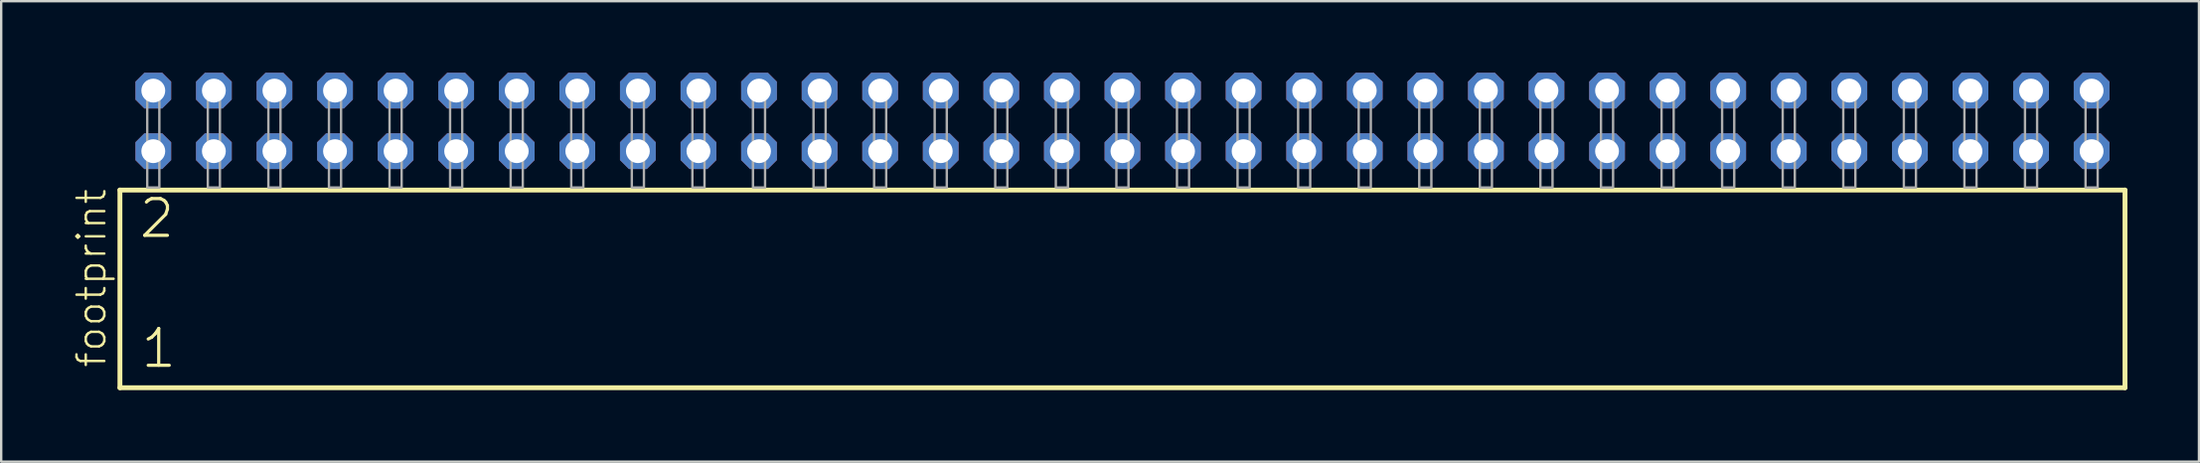
<source format=kicad_pcb>
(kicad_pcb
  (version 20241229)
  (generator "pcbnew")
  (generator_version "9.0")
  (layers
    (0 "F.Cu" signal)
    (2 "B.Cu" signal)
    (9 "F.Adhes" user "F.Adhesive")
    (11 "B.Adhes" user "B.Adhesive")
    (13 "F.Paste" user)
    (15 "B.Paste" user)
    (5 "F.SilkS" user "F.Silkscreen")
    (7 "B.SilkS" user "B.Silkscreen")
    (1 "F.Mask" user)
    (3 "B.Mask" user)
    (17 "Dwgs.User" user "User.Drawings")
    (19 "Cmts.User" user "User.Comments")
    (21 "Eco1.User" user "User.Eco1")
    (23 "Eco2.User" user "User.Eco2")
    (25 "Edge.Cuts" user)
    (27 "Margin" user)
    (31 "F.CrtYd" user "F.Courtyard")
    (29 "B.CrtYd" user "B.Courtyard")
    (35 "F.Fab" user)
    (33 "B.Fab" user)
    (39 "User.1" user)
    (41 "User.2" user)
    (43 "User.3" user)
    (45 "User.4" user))
  (footprint "footprint"
    (layer "F.Cu")
    (at 44.018 4.814)
    (property "Reference" "footprint" (at -42.545 7.62 90) (layer "F.SilkS") (effects (font (size 1.168 1.168) (thickness 0.102)) (justify left bottom)))
    (fp_line (start -42.039 0.106) (end -42.039 8.396) (stroke (width 0.203) (type solid)) (layer "F.SilkS"))
    (fp_line (start -42.039 8.396) (end 42.039 8.396) (stroke (width 0.203) (type solid)) (layer "F.SilkS"))
    (fp_line (start 42.039 0.106) (end -42.039 0.106) (stroke (width 0.203) (type solid)) (layer "F.SilkS"))
    (fp_line (start 42.039 8.396) (end 42.039 0.106) (stroke (width 0.203) (type solid)) (layer "F.SilkS"))
    (fp_poly (pts (xy -40.894 0) (xy -40.386 0) (xy -40.386 -4.318) (xy -40.894 -4.318)) (stroke (width 0.1) (type solid)) (fill no) (layer "F.Fab"))
    (fp_poly (pts (xy -38.354 0) (xy -37.846 0) (xy -37.846 -4.318) (xy -38.354 -4.318)) (stroke (width 0.1) (type solid)) (fill no) (layer "F.Fab"))
    (fp_poly (pts (xy -35.814 0) (xy -35.306 0) (xy -35.306 -4.318) (xy -35.814 -4.318)) (stroke (width 0.1) (type solid)) (fill no) (layer "F.Fab"))
    (fp_poly (pts (xy -33.274 0) (xy -32.766 0) (xy -32.766 -4.318) (xy -33.274 -4.318)) (stroke (width 0.1) (type solid)) (fill no) (layer "F.Fab"))
    (fp_poly (pts (xy -30.734 0) (xy -30.226 0) (xy -30.226 -4.318) (xy -30.734 -4.318)) (stroke (width 0.1) (type solid)) (fill no) (layer "F.Fab"))
    (fp_poly (pts (xy -28.194 0) (xy -27.686 0) (xy -27.686 -4.318) (xy -28.194 -4.318)) (stroke (width 0.1) (type solid)) (fill no) (layer "F.Fab"))
    (fp_poly (pts (xy -25.654 0) (xy -25.146 0) (xy -25.146 -4.318) (xy -25.654 -4.318)) (stroke (width 0.1) (type solid)) (fill no) (layer "F.Fab"))
    (fp_poly (pts (xy -23.114 0) (xy -22.606 0) (xy -22.606 -4.318) (xy -23.114 -4.318)) (stroke (width 0.1) (type solid)) (fill no) (layer "F.Fab"))
    (fp_poly (pts (xy -20.574 0) (xy -20.066 0) (xy -20.066 -4.318) (xy -20.574 -4.318)) (stroke (width 0.1) (type solid)) (fill no) (layer "F.Fab"))
    (fp_poly (pts (xy -18.034 0) (xy -17.526 0) (xy -17.526 -4.318) (xy -18.034 -4.318)) (stroke (width 0.1) (type solid)) (fill no) (layer "F.Fab"))
    (fp_poly (pts (xy -15.494 0) (xy -14.986 0) (xy -14.986 -4.318) (xy -15.494 -4.318)) (stroke (width 0.1) (type solid)) (fill no) (layer "F.Fab"))
    (fp_poly (pts (xy -12.954 0) (xy -12.446 0) (xy -12.446 -4.318) (xy -12.954 -4.318)) (stroke (width 0.1) (type solid)) (fill no) (layer "F.Fab"))
    (fp_poly (pts (xy -10.414 0) (xy -9.906 0) (xy -9.906 -4.318) (xy -10.414 -4.318)) (stroke (width 0.1) (type solid)) (fill no) (layer "F.Fab"))
    (fp_poly (pts (xy -7.874 0) (xy -7.366 0) (xy -7.366 -4.318) (xy -7.874 -4.318)) (stroke (width 0.1) (type solid)) (fill no) (layer "F.Fab"))
    (fp_poly (pts (xy -5.334 0) (xy -4.826 0) (xy -4.826 -4.318) (xy -5.334 -4.318)) (stroke (width 0.1) (type solid)) (fill no) (layer "F.Fab"))
    (fp_poly (pts (xy -2.794 0) (xy -2.286 0) (xy -2.286 -4.318) (xy -2.794 -4.318)) (stroke (width 0.1) (type solid)) (fill no) (layer "F.Fab"))
    (fp_poly (pts (xy -0.254 0) (xy 0.254 0) (xy 0.254 -4.318) (xy -0.254 -4.318)) (stroke (width 0.1) (type solid)) (fill no) (layer "F.Fab"))
    (fp_poly (pts (xy 2.286 0) (xy 2.794 0) (xy 2.794 -4.318) (xy 2.286 -4.318)) (stroke (width 0.1) (type solid)) (fill no) (layer "F.Fab"))
    (fp_poly (pts (xy 4.826 0) (xy 5.334 0) (xy 5.334 -4.318) (xy 4.826 -4.318)) (stroke (width 0.1) (type solid)) (fill no) (layer "F.Fab"))
    (fp_poly (pts (xy 7.366 0) (xy 7.874 0) (xy 7.874 -4.318) (xy 7.366 -4.318)) (stroke (width 0.1) (type solid)) (fill no) (layer "F.Fab"))
    (fp_poly (pts (xy 9.906 0) (xy 10.414 0) (xy 10.414 -4.318) (xy 9.906 -4.318)) (stroke (width 0.1) (type solid)) (fill no) (layer "F.Fab"))
    (fp_poly (pts (xy 12.446 0) (xy 12.954 0) (xy 12.954 -4.318) (xy 12.446 -4.318)) (stroke (width 0.1) (type solid)) (fill no) (layer "F.Fab"))
    (fp_poly (pts (xy 14.986 0) (xy 15.494 0) (xy 15.494 -4.318) (xy 14.986 -4.318)) (stroke (width 0.1) (type solid)) (fill no) (layer "F.Fab"))
    (fp_poly (pts (xy 17.526 0) (xy 18.034 0) (xy 18.034 -4.318) (xy 17.526 -4.318)) (stroke (width 0.1) (type solid)) (fill no) (layer "F.Fab"))
    (fp_poly (pts (xy 20.066 0) (xy 20.574 0) (xy 20.574 -4.318) (xy 20.066 -4.318)) (stroke (width 0.1) (type solid)) (fill no) (layer "F.Fab"))
    (fp_poly (pts (xy 22.606 0) (xy 23.114 0) (xy 23.114 -4.318) (xy 22.606 -4.318)) (stroke (width 0.1) (type solid)) (fill no) (layer "F.Fab"))
    (fp_poly (pts (xy 25.146 0) (xy 25.654 0) (xy 25.654 -4.318) (xy 25.146 -4.318)) (stroke (width 0.1) (type solid)) (fill no) (layer "F.Fab"))
    (fp_poly (pts (xy 27.686 0) (xy 28.194 0) (xy 28.194 -4.318) (xy 27.686 -4.318)) (stroke (width 0.1) (type solid)) (fill no) (layer "F.Fab"))
    (fp_poly (pts (xy 30.226 0) (xy 30.734 0) (xy 30.734 -4.318) (xy 30.226 -4.318)) (stroke (width 0.1) (type solid)) (fill no) (layer "F.Fab"))
    (fp_poly (pts (xy 32.766 0) (xy 33.274 0) (xy 33.274 -4.318) (xy 32.766 -4.318)) (stroke (width 0.1) (type solid)) (fill no) (layer "F.Fab"))
    (fp_poly (pts (xy 35.306 0) (xy 35.814 0) (xy 35.814 -4.318) (xy 35.306 -4.318)) (stroke (width 0.1) (type solid)) (fill no) (layer "F.Fab"))
    (fp_poly (pts (xy 37.846 0) (xy 38.354 0) (xy 38.354 -4.318) (xy 37.846 -4.318)) (stroke (width 0.1) (type solid)) (fill no) (layer "F.Fab"))
    (fp_poly (pts (xy 40.386 0) (xy 40.894 0) (xy 40.894 -4.318) (xy 40.386 -4.318)) (stroke (width 0.1) (type solid)) (fill no) (layer "F.Fab"))
    (fp_text user "1" (at -41.235 7.65 0) (layer "F.SilkS") (effects (font (size 1.542 1.542) (thickness 0.134)) (justify left bottom)))
    (fp_text user "2" (at -41.31 2.2 0) (layer "F.SilkS") (effects (font (size 1.542 1.542) (thickness 0.134)) (justify left bottom)))
    (pad "1" thru_hole roundrect (at -40.64 -1.524) (size 1.5 1.5) (drill 1) (layers "*.Cu" "*.Mask") (roundrect_rratio 0.25) (chamfer_ratio 0.25) (chamfer top_left top_right bottom_left bottom_right))
    (pad "2" thru_hole roundrect (at -40.64 -4.064) (size 1.5 1.5) (drill 1) (layers "*.Cu" "*.Mask") (roundrect_rratio 0.25) (chamfer_ratio 0.25) (chamfer top_left top_right bottom_left bottom_right))
    (pad "3" thru_hole roundrect (at -38.1 -1.524) (size 1.5 1.5) (drill 1) (layers "*.Cu" "*.Mask") (roundrect_rratio 0.25) (chamfer_ratio 0.25) (chamfer top_left top_right bottom_left bottom_right))
    (pad "4" thru_hole roundrect (at -38.1 -4.064) (size 1.5 1.5) (drill 1) (layers "*.Cu" "*.Mask") (roundrect_rratio 0.25) (chamfer_ratio 0.25) (chamfer top_left top_right bottom_left bottom_right))
    (pad "5" thru_hole roundrect (at -35.56 -1.524) (size 1.5 1.5) (drill 1) (layers "*.Cu" "*.Mask") (roundrect_rratio 0.25) (chamfer_ratio 0.25) (chamfer top_left top_right bottom_left bottom_right))
    (pad "6" thru_hole roundrect (at -35.56 -4.064) (size 1.5 1.5) (drill 1) (layers "*.Cu" "*.Mask") (roundrect_rratio 0.25) (chamfer_ratio 0.25) (chamfer top_left top_right bottom_left bottom_right))
    (pad "7" thru_hole roundrect (at -33.02 -1.524) (size 1.5 1.5) (drill 1) (layers "*.Cu" "*.Mask") (roundrect_rratio 0.25) (chamfer_ratio 0.25) (chamfer top_left top_right bottom_left bottom_right))
    (pad "8" thru_hole roundrect (at -33.02 -4.064) (size 1.5 1.5) (drill 1) (layers "*.Cu" "*.Mask") (roundrect_rratio 0.25) (chamfer_ratio 0.25) (chamfer top_left top_right bottom_left bottom_right))
    (pad "9" thru_hole roundrect (at -30.48 -1.524) (size 1.5 1.5) (drill 1) (layers "*.Cu" "*.Mask") (roundrect_rratio 0.25) (chamfer_ratio 0.25) (chamfer top_left top_right bottom_left bottom_right))
    (pad "10" thru_hole roundrect (at -30.48 -4.064) (size 1.5 1.5) (drill 1) (layers "*.Cu" "*.Mask") (roundrect_rratio 0.25) (chamfer_ratio 0.25) (chamfer top_left top_right bottom_left bottom_right))
    (pad "11" thru_hole roundrect (at -27.94 -1.524) (size 1.5 1.5) (drill 1) (layers "*.Cu" "*.Mask") (roundrect_rratio 0.25) (chamfer_ratio 0.25) (chamfer top_left top_right bottom_left bottom_right))
    (pad "12" thru_hole roundrect (at -27.94 -4.064) (size 1.5 1.5) (drill 1) (layers "*.Cu" "*.Mask") (roundrect_rratio 0.25) (chamfer_ratio 0.25) (chamfer top_left top_right bottom_left bottom_right))
    (pad "13" thru_hole roundrect (at -25.4 -1.524) (size 1.5 1.5) (drill 1) (layers "*.Cu" "*.Mask") (roundrect_rratio 0.25) (chamfer_ratio 0.25) (chamfer top_left top_right bottom_left bottom_right))
    (pad "14" thru_hole roundrect (at -25.4 -4.064) (size 1.5 1.5) (drill 1) (layers "*.Cu" "*.Mask") (roundrect_rratio 0.25) (chamfer_ratio 0.25) (chamfer top_left top_right bottom_left bottom_right))
    (pad "15" thru_hole roundrect (at -22.86 -1.524) (size 1.5 1.5) (drill 1) (layers "*.Cu" "*.Mask") (roundrect_rratio 0.25) (chamfer_ratio 0.25) (chamfer top_left top_right bottom_left bottom_right))
    (pad "16" thru_hole roundrect (at -22.86 -4.064) (size 1.5 1.5) (drill 1) (layers "*.Cu" "*.Mask") (roundrect_rratio 0.25) (chamfer_ratio 0.25) (chamfer top_left top_right bottom_left bottom_right))
    (pad "17" thru_hole roundrect (at -20.32 -1.524) (size 1.5 1.5) (drill 1) (layers "*.Cu" "*.Mask") (roundrect_rratio 0.25) (chamfer_ratio 0.25) (chamfer top_left top_right bottom_left bottom_right))
    (pad "18" thru_hole roundrect (at -20.32 -4.064) (size 1.5 1.5) (drill 1) (layers "*.Cu" "*.Mask") (roundrect_rratio 0.25) (chamfer_ratio 0.25) (chamfer top_left top_right bottom_left bottom_right))
    (pad "19" thru_hole roundrect (at -17.78 -1.524) (size 1.5 1.5) (drill 1) (layers "*.Cu" "*.Mask") (roundrect_rratio 0.25) (chamfer_ratio 0.25) (chamfer top_left top_right bottom_left bottom_right))
    (pad "20" thru_hole roundrect (at -17.78 -4.064) (size 1.5 1.5) (drill 1) (layers "*.Cu" "*.Mask") (roundrect_rratio 0.25) (chamfer_ratio 0.25) (chamfer top_left top_right bottom_left bottom_right))
    (pad "21" thru_hole roundrect (at -15.24 -1.524) (size 1.5 1.5) (drill 1) (layers "*.Cu" "*.Mask") (roundrect_rratio 0.25) (chamfer_ratio 0.25) (chamfer top_left top_right bottom_left bottom_right))
    (pad "22" thru_hole roundrect (at -15.24 -4.064) (size 1.5 1.5) (drill 1) (layers "*.Cu" "*.Mask") (roundrect_rratio 0.25) (chamfer_ratio 0.25) (chamfer top_left top_right bottom_left bottom_right))
    (pad "23" thru_hole roundrect (at -12.7 -1.524) (size 1.5 1.5) (drill 1) (layers "*.Cu" "*.Mask") (roundrect_rratio 0.25) (chamfer_ratio 0.25) (chamfer top_left top_right bottom_left bottom_right))
    (pad "24" thru_hole roundrect (at -12.7 -4.064) (size 1.5 1.5) (drill 1) (layers "*.Cu" "*.Mask") (roundrect_rratio 0.25) (chamfer_ratio 0.25) (chamfer top_left top_right bottom_left bottom_right))
    (pad "25" thru_hole roundrect (at -10.16 -1.524) (size 1.5 1.5) (drill 1) (layers "*.Cu" "*.Mask") (roundrect_rratio 0.25) (chamfer_ratio 0.25) (chamfer top_left top_right bottom_left bottom_right))
    (pad "26" thru_hole roundrect (at -10.16 -4.064) (size 1.5 1.5) (drill 1) (layers "*.Cu" "*.Mask") (roundrect_rratio 0.25) (chamfer_ratio 0.25) (chamfer top_left top_right bottom_left bottom_right))
    (pad "27" thru_hole roundrect (at -7.62 -1.524) (size 1.5 1.5) (drill 1) (layers "*.Cu" "*.Mask") (roundrect_rratio 0.25) (chamfer_ratio 0.25) (chamfer top_left top_right bottom_left bottom_right))
    (pad "28" thru_hole roundrect (at -7.62 -4.064) (size 1.5 1.5) (drill 1) (layers "*.Cu" "*.Mask") (roundrect_rratio 0.25) (chamfer_ratio 0.25) (chamfer top_left top_right bottom_left bottom_right))
    (pad "29" thru_hole roundrect (at -5.08 -1.524) (size 1.5 1.5) (drill 1) (layers "*.Cu" "*.Mask") (roundrect_rratio 0.25) (chamfer_ratio 0.25) (chamfer top_left top_right bottom_left bottom_right))
    (pad "30" thru_hole roundrect (at -5.08 -4.064) (size 1.5 1.5) (drill 1) (layers "*.Cu" "*.Mask") (roundrect_rratio 0.25) (chamfer_ratio 0.25) (chamfer top_left top_right bottom_left bottom_right))
    (pad "31" thru_hole roundrect (at -2.54 -1.524) (size 1.5 1.5) (drill 1) (layers "*.Cu" "*.Mask") (roundrect_rratio 0.25) (chamfer_ratio 0.25) (chamfer top_left top_right bottom_left bottom_right))
    (pad "32" thru_hole roundrect (at -2.54 -4.064) (size 1.5 1.5) (drill 1) (layers "*.Cu" "*.Mask") (roundrect_rratio 0.25) (chamfer_ratio 0.25) (chamfer top_left top_right bottom_left bottom_right))
    (pad "33" thru_hole roundrect (at 0 -1.524) (size 1.5 1.5) (drill 1) (layers "*.Cu" "*.Mask") (roundrect_rratio 0.25) (chamfer_ratio 0.25) (chamfer top_left top_right bottom_left bottom_right))
    (pad "34" thru_hole roundrect (at 0 -4.064) (size 1.5 1.5) (drill 1) (layers "*.Cu" "*.Mask") (roundrect_rratio 0.25) (chamfer_ratio 0.25) (chamfer top_left top_right bottom_left bottom_right))
    (pad "35" thru_hole roundrect (at 2.54 -1.524) (size 1.5 1.5) (drill 1) (layers "*.Cu" "*.Mask") (roundrect_rratio 0.25) (chamfer_ratio 0.25) (chamfer top_left top_right bottom_left bottom_right))
    (pad "36" thru_hole roundrect (at 2.54 -4.064) (size 1.5 1.5) (drill 1) (layers "*.Cu" "*.Mask") (roundrect_rratio 0.25) (chamfer_ratio 0.25) (chamfer top_left top_right bottom_left bottom_right))
    (pad "37" thru_hole roundrect (at 5.08 -1.524) (size 1.5 1.5) (drill 1) (layers "*.Cu" "*.Mask") (roundrect_rratio 0.25) (chamfer_ratio 0.25) (chamfer top_left top_right bottom_left bottom_right))
    (pad "38" thru_hole roundrect (at 5.08 -4.064) (size 1.5 1.5) (drill 1) (layers "*.Cu" "*.Mask") (roundrect_rratio 0.25) (chamfer_ratio 0.25) (chamfer top_left top_right bottom_left bottom_right))
    (pad "39" thru_hole roundrect (at 7.62 -1.524) (size 1.5 1.5) (drill 1) (layers "*.Cu" "*.Mask") (roundrect_rratio 0.25) (chamfer_ratio 0.25) (chamfer top_left top_right bottom_left bottom_right))
    (pad "40" thru_hole roundrect (at 7.62 -4.064) (size 1.5 1.5) (drill 1) (layers "*.Cu" "*.Mask") (roundrect_rratio 0.25) (chamfer_ratio 0.25) (chamfer top_left top_right bottom_left bottom_right))
    (pad "41" thru_hole roundrect (at 10.16 -1.524) (size 1.5 1.5) (drill 1) (layers "*.Cu" "*.Mask") (roundrect_rratio 0.25) (chamfer_ratio 0.25) (chamfer top_left top_right bottom_left bottom_right))
    (pad "42" thru_hole roundrect (at 10.16 -4.064) (size 1.5 1.5) (drill 1) (layers "*.Cu" "*.Mask") (roundrect_rratio 0.25) (chamfer_ratio 0.25) (chamfer top_left top_right bottom_left bottom_right))
    (pad "43" thru_hole roundrect (at 12.7 -1.524) (size 1.5 1.5) (drill 1) (layers "*.Cu" "*.Mask") (roundrect_rratio 0.25) (chamfer_ratio 0.25) (chamfer top_left top_right bottom_left bottom_right))
    (pad "44" thru_hole roundrect (at 12.7 -4.064) (size 1.5 1.5) (drill 1) (layers "*.Cu" "*.Mask") (roundrect_rratio 0.25) (chamfer_ratio 0.25) (chamfer top_left top_right bottom_left bottom_right))
    (pad "45" thru_hole roundrect (at 15.24 -1.524) (size 1.5 1.5) (drill 1) (layers "*.Cu" "*.Mask") (roundrect_rratio 0.25) (chamfer_ratio 0.25) (chamfer top_left top_right bottom_left bottom_right))
    (pad "46" thru_hole roundrect (at 15.24 -4.064) (size 1.5 1.5) (drill 1) (layers "*.Cu" "*.Mask") (roundrect_rratio 0.25) (chamfer_ratio 0.25) (chamfer top_left top_right bottom_left bottom_right))
    (pad "47" thru_hole roundrect (at 17.78 -1.524) (size 1.5 1.5) (drill 1) (layers "*.Cu" "*.Mask") (roundrect_rratio 0.25) (chamfer_ratio 0.25) (chamfer top_left top_right bottom_left bottom_right))
    (pad "48" thru_hole roundrect (at 17.78 -4.064) (size 1.5 1.5) (drill 1) (layers "*.Cu" "*.Mask") (roundrect_rratio 0.25) (chamfer_ratio 0.25) (chamfer top_left top_right bottom_left bottom_right))
    (pad "49" thru_hole roundrect (at 20.32 -1.524) (size 1.5 1.5) (drill 1) (layers "*.Cu" "*.Mask") (roundrect_rratio 0.25) (chamfer_ratio 0.25) (chamfer top_left top_right bottom_left bottom_right))
    (pad "50" thru_hole roundrect (at 20.32 -4.064) (size 1.5 1.5) (drill 1) (layers "*.Cu" "*.Mask") (roundrect_rratio 0.25) (chamfer_ratio 0.25) (chamfer top_left top_right bottom_left bottom_right))
    (pad "51" thru_hole roundrect (at 22.86 -1.524) (size 1.5 1.5) (drill 1) (layers "*.Cu" "*.Mask") (roundrect_rratio 0.25) (chamfer_ratio 0.25) (chamfer top_left top_right bottom_left bottom_right))
    (pad "52" thru_hole roundrect (at 22.86 -4.064) (size 1.5 1.5) (drill 1) (layers "*.Cu" "*.Mask") (roundrect_rratio 0.25) (chamfer_ratio 0.25) (chamfer top_left top_right bottom_left bottom_right))
    (pad "53" thru_hole roundrect (at 25.4 -1.524) (size 1.5 1.5) (drill 1) (layers "*.Cu" "*.Mask") (roundrect_rratio 0.25) (chamfer_ratio 0.25) (chamfer top_left top_right bottom_left bottom_right))
    (pad "54" thru_hole roundrect (at 25.4 -4.064) (size 1.5 1.5) (drill 1) (layers "*.Cu" "*.Mask") (roundrect_rratio 0.25) (chamfer_ratio 0.25) (chamfer top_left top_right bottom_left bottom_right))
    (pad "55" thru_hole roundrect (at 27.94 -1.524) (size 1.5 1.5) (drill 1) (layers "*.Cu" "*.Mask") (roundrect_rratio 0.25) (chamfer_ratio 0.25) (chamfer top_left top_right bottom_left bottom_right))
    (pad "56" thru_hole roundrect (at 27.94 -4.064) (size 1.5 1.5) (drill 1) (layers "*.Cu" "*.Mask") (roundrect_rratio 0.25) (chamfer_ratio 0.25) (chamfer top_left top_right bottom_left bottom_right))
    (pad "57" thru_hole roundrect (at 30.48 -1.524) (size 1.5 1.5) (drill 1) (layers "*.Cu" "*.Mask") (roundrect_rratio 0.25) (chamfer_ratio 0.25) (chamfer top_left top_right bottom_left bottom_right))
    (pad "58" thru_hole roundrect (at 30.48 -4.064) (size 1.5 1.5) (drill 1) (layers "*.Cu" "*.Mask") (roundrect_rratio 0.25) (chamfer_ratio 0.25) (chamfer top_left top_right bottom_left bottom_right))
    (pad "59" thru_hole roundrect (at 33.02 -1.524) (size 1.5 1.5) (drill 1) (layers "*.Cu" "*.Mask") (roundrect_rratio 0.25) (chamfer_ratio 0.25) (chamfer top_left top_right bottom_left bottom_right))
    (pad "60" thru_hole roundrect (at 33.02 -4.064) (size 1.5 1.5) (drill 1) (layers "*.Cu" "*.Mask") (roundrect_rratio 0.25) (chamfer_ratio 0.25) (chamfer top_left top_right bottom_left bottom_right))
    (pad "61" thru_hole roundrect (at 35.56 -1.524) (size 1.5 1.5) (drill 1) (layers "*.Cu" "*.Mask") (roundrect_rratio 0.25) (chamfer_ratio 0.25) (chamfer top_left top_right bottom_left bottom_right))
    (pad "62" thru_hole roundrect (at 35.56 -4.064) (size 1.5 1.5) (drill 1) (layers "*.Cu" "*.Mask") (roundrect_rratio 0.25) (chamfer_ratio 0.25) (chamfer top_left top_right bottom_left bottom_right))
    (pad "63" thru_hole roundrect (at 38.1 -1.524) (size 1.5 1.5) (drill 1) (layers "*.Cu" "*.Mask") (roundrect_rratio 0.25) (chamfer_ratio 0.25) (chamfer top_left top_right bottom_left bottom_right))
    (pad "64" thru_hole roundrect (at 38.1 -4.064) (size 1.5 1.5) (drill 1) (layers "*.Cu" "*.Mask") (roundrect_rratio 0.25) (chamfer_ratio 0.25) (chamfer top_left top_right bottom_left bottom_right))
    (pad "65" thru_hole roundrect (at 40.64 -1.524) (size 1.5 1.5) (drill 1) (layers "*.Cu" "*.Mask") (roundrect_rratio 0.25) (chamfer_ratio 0.25) (chamfer top_left top_right bottom_left bottom_right))
    (pad "66" thru_hole roundrect (at 40.64 -4.064) (size 1.5 1.5) (drill 1) (layers "*.Cu" "*.Mask") (roundrect_rratio 0.25) (chamfer_ratio 0.25) (chamfer top_left top_right bottom_left bottom_right)))
  (gr_rect
    (start -3 -3)
    (end 89.159 16.312)
    (stroke (width 0.1) (type default))
    (fill no)
    (layer "Edge.Cuts")))
</source>
